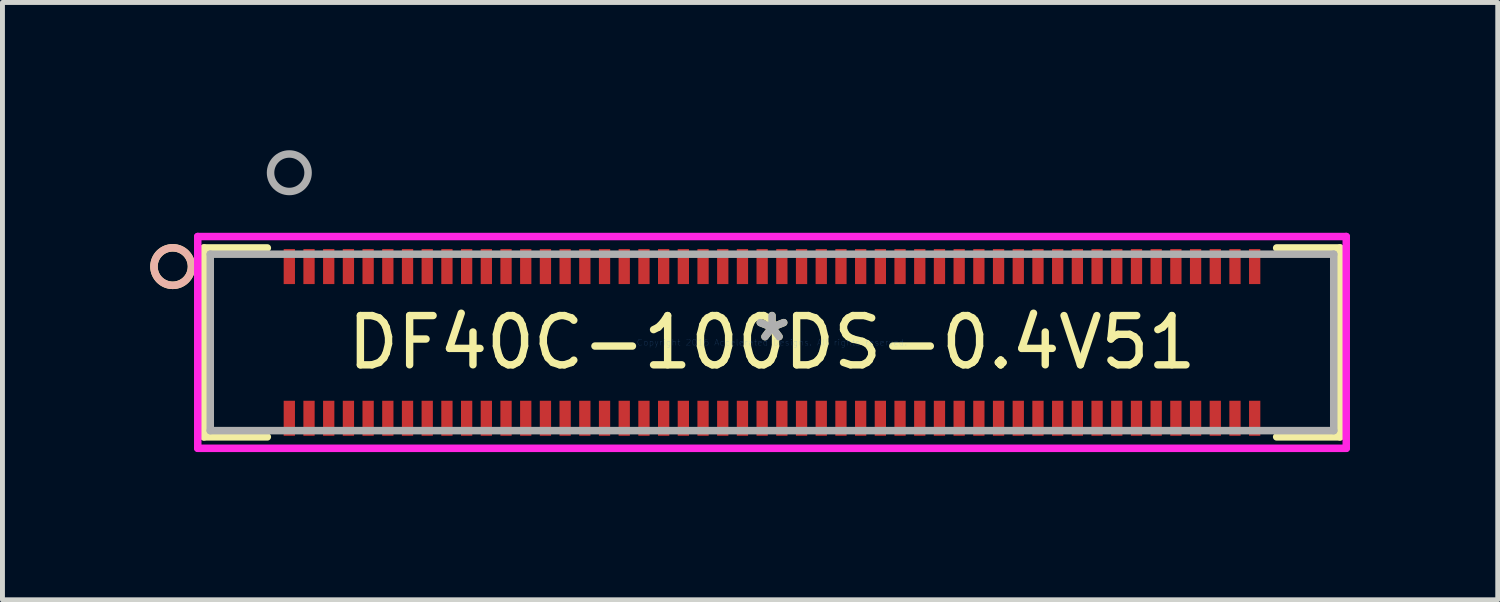
<source format=kicad_pcb>
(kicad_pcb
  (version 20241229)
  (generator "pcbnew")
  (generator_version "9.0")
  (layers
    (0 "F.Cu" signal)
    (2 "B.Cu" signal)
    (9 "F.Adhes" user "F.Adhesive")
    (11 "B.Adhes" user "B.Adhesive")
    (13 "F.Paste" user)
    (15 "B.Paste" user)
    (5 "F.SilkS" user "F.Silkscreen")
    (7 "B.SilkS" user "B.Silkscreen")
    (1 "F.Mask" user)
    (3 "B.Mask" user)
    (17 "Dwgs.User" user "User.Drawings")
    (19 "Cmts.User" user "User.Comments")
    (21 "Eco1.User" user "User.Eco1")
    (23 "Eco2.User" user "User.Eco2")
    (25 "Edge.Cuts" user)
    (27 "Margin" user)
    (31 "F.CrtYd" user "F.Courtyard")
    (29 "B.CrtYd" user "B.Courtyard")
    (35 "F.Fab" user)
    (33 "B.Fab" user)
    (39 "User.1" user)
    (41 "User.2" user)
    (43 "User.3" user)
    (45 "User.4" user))
  (footprint "DF40C-100DS-0.4V51"
    (layer "F.Cu")
    (at 12.624 3.902)
    (property "Reference" "DF40C-100DS-0.4V51" (at 0 0 0) (layer "F.SilkS") (effects (font (size 1 1) (thickness 0.15))))
    (attr through_hole)
    (fp_line (start -11.532 -1.918) (end -11.532 1.918) (stroke (width 0.152) (type solid)) (layer "F.SilkS"))
    (fp_line (start -11.532 1.918) (end -10.246 1.918) (stroke (width 0.152) (type solid)) (layer "F.SilkS"))
    (fp_line (start -10.246 -1.918) (end -11.532 -1.918) (stroke (width 0.152) (type solid)) (layer "F.SilkS"))
    (fp_line (start 10.246 1.918) (end 11.532 1.918) (stroke (width 0.152) (type solid)) (layer "F.SilkS"))
    (fp_line (start 11.532 -1.918) (end 10.246 -1.918) (stroke (width 0.152) (type solid)) (layer "F.SilkS"))
    (fp_line (start 11.532 1.918) (end 11.532 -1.918) (stroke (width 0.152) (type solid)) (layer "F.SilkS"))
    (fp_circle (center -12.167 -1.54) (end -11.786 -1.54) (stroke (width 0.152) (type solid)) (fill no) (layer "F.SilkS"))
    (fp_circle (center -12.167 -1.54) (end -11.786 -1.54) (stroke (width 0.152) (type solid)) (fill no) (layer "B.SilkS"))
    (fp_line (start -11.659 -2.15) (end -11.659 2.15) (stroke (width 0.152) (type solid)) (layer "F.CrtYd"))
    (fp_line (start -11.659 2.15) (end 11.659 2.15) (stroke (width 0.152) (type solid)) (layer "F.CrtYd"))
    (fp_line (start 11.659 -2.15) (end -11.659 -2.15) (stroke (width 0.152) (type solid)) (layer "F.CrtYd"))
    (fp_line (start 11.659 2.15) (end 11.659 -2.15) (stroke (width 0.152) (type solid)) (layer "F.CrtYd"))
    (fp_line (start -11.405 -1.791) (end -11.405 1.791) (stroke (width 0.152) (type solid)) (layer "F.Fab"))
    (fp_line (start -11.405 1.791) (end 11.405 1.791) (stroke (width 0.152) (type solid)) (layer "F.Fab"))
    (fp_line (start 11.405 -1.791) (end -11.405 -1.791) (stroke (width 0.152) (type solid)) (layer "F.Fab"))
    (fp_line (start 11.405 1.791) (end 11.405 -1.791) (stroke (width 0.152) (type solid)) (layer "F.Fab"))
    (fp_circle (center -9.8 -3.445) (end -9.419 -3.445) (stroke (width 0.152) (type solid)) (fill no) (layer "F.Fab"))
    (fp_text user "*" (at 0 0 0) (layer "F.SilkS") (effects (font (size 1 1) (thickness 0.15))))
    (fp_text user "Copyright 2016 Accelerated Designs. All rights reserved." (at 0 0 0) (layer "Cmts.User") (effects (font (size 0.127 0.127) (thickness 0.002))))
    (fp_text user "*" (at 0 0 0) (layer "F.Fab") (effects (font (size 1 1) (thickness 0.15))))
    (pad "1" smd rect (at -9.8 -1.54) (size 0.229 0.711) (layers "F.Cu" "F.Mask" "F.Paste"))
    (pad "2" smd rect (at -9.8 1.54) (size 0.229 0.711) (layers "F.Cu" "F.Mask" "F.Paste"))
    (pad "3" smd rect (at -9.4 -1.54) (size 0.229 0.711) (layers "F.Cu" "F.Mask" "F.Paste"))
    (pad "4" smd rect (at -9.4 1.54) (size 0.229 0.711) (layers "F.Cu" "F.Mask" "F.Paste"))
    (pad "5" smd rect (at -9 -1.54) (size 0.229 0.711) (layers "F.Cu" "F.Mask" "F.Paste"))
    (pad "6" smd rect (at -9 1.54) (size 0.229 0.711) (layers "F.Cu" "F.Mask" "F.Paste"))
    (pad "7" smd rect (at -8.6 -1.54) (size 0.229 0.711) (layers "F.Cu" "F.Mask" "F.Paste"))
    (pad "8" smd rect (at -8.6 1.54) (size 0.229 0.711) (layers "F.Cu" "F.Mask" "F.Paste"))
    (pad "9" smd rect (at -8.2 -1.54) (size 0.229 0.711) (layers "F.Cu" "F.Mask" "F.Paste"))
    (pad "10" smd rect (at -8.2 1.54) (size 0.229 0.711) (layers "F.Cu" "F.Mask" "F.Paste"))
    (pad "11" smd rect (at -7.8 -1.54) (size 0.229 0.711) (layers "F.Cu" "F.Mask" "F.Paste"))
    (pad "12" smd rect (at -7.8 1.54) (size 0.229 0.711) (layers "F.Cu" "F.Mask" "F.Paste"))
    (pad "13" smd rect (at -7.4 -1.54) (size 0.229 0.711) (layers "F.Cu" "F.Mask" "F.Paste"))
    (pad "14" smd rect (at -7.4 1.54) (size 0.229 0.711) (layers "F.Cu" "F.Mask" "F.Paste"))
    (pad "15" smd rect (at -7 -1.54) (size 0.229 0.711) (layers "F.Cu" "F.Mask" "F.Paste"))
    (pad "16" smd rect (at -7 1.54) (size 0.229 0.711) (layers "F.Cu" "F.Mask" "F.Paste"))
    (pad "17" smd rect (at -6.6 -1.54) (size 0.229 0.711) (layers "F.Cu" "F.Mask" "F.Paste"))
    (pad "18" smd rect (at -6.6 1.54) (size 0.229 0.711) (layers "F.Cu" "F.Mask" "F.Paste"))
    (pad "19" smd rect (at -6.2 -1.54) (size 0.229 0.711) (layers "F.Cu" "F.Mask" "F.Paste"))
    (pad "20" smd rect (at -6.2 1.54) (size 0.229 0.711) (layers "F.Cu" "F.Mask" "F.Paste"))
    (pad "21" smd rect (at -5.8 -1.54) (size 0.229 0.711) (layers "F.Cu" "F.Mask" "F.Paste"))
    (pad "22" smd rect (at -5.8 1.54) (size 0.229 0.711) (layers "F.Cu" "F.Mask" "F.Paste"))
    (pad "23" smd rect (at -5.4 -1.54) (size 0.229 0.711) (layers "F.Cu" "F.Mask" "F.Paste"))
    (pad "24" smd rect (at -5.4 1.54) (size 0.229 0.711) (layers "F.Cu" "F.Mask" "F.Paste"))
    (pad "25" smd rect (at -5 -1.54) (size 0.229 0.711) (layers "F.Cu" "F.Mask" "F.Paste"))
    (pad "26" smd rect (at -5 1.54) (size 0.229 0.711) (layers "F.Cu" "F.Mask" "F.Paste"))
    (pad "27" smd rect (at -4.6 -1.54) (size 0.229 0.711) (layers "F.Cu" "F.Mask" "F.Paste"))
    (pad "28" smd rect (at -4.6 1.54) (size 0.229 0.711) (layers "F.Cu" "F.Mask" "F.Paste"))
    (pad "29" smd rect (at -4.2 -1.54) (size 0.229 0.711) (layers "F.Cu" "F.Mask" "F.Paste"))
    (pad "30" smd rect (at -4.2 1.54) (size 0.229 0.711) (layers "F.Cu" "F.Mask" "F.Paste"))
    (pad "31" smd rect (at -3.8 -1.54) (size 0.229 0.711) (layers "F.Cu" "F.Mask" "F.Paste"))
    (pad "32" smd rect (at -3.8 1.54) (size 0.229 0.711) (layers "F.Cu" "F.Mask" "F.Paste"))
    (pad "33" smd rect (at -3.4 -1.54) (size 0.229 0.711) (layers "F.Cu" "F.Mask" "F.Paste"))
    (pad "34" smd rect (at -3.4 1.54) (size 0.229 0.711) (layers "F.Cu" "F.Mask" "F.Paste"))
    (pad "35" smd rect (at -3 -1.54) (size 0.229 0.711) (layers "F.Cu" "F.Mask" "F.Paste"))
    (pad "36" smd rect (at -3 1.54) (size 0.229 0.711) (layers "F.Cu" "F.Mask" "F.Paste"))
    (pad "37" smd rect (at -2.6 -1.54) (size 0.229 0.711) (layers "F.Cu" "F.Mask" "F.Paste"))
    (pad "38" smd rect (at -2.6 1.54) (size 0.229 0.711) (layers "F.Cu" "F.Mask" "F.Paste"))
    (pad "39" smd rect (at -2.2 -1.54) (size 0.229 0.711) (layers "F.Cu" "F.Mask" "F.Paste"))
    (pad "40" smd rect (at -2.2 1.54) (size 0.229 0.711) (layers "F.Cu" "F.Mask" "F.Paste"))
    (pad "41" smd rect (at -1.8 -1.54) (size 0.229 0.711) (layers "F.Cu" "F.Mask" "F.Paste"))
    (pad "42" smd rect (at -1.8 1.54) (size 0.229 0.711) (layers "F.Cu" "F.Mask" "F.Paste"))
    (pad "43" smd rect (at -1.4 -1.54) (size 0.229 0.711) (layers "F.Cu" "F.Mask" "F.Paste"))
    (pad "44" smd rect (at -1.4 1.54) (size 0.229 0.711) (layers "F.Cu" "F.Mask" "F.Paste"))
    (pad "45" smd rect (at -1 -1.54) (size 0.229 0.711) (layers "F.Cu" "F.Mask" "F.Paste"))
    (pad "46" smd rect (at -1 1.54) (size 0.229 0.711) (layers "F.Cu" "F.Mask" "F.Paste"))
    (pad "47" smd rect (at -0.6 -1.54) (size 0.229 0.711) (layers "F.Cu" "F.Mask" "F.Paste"))
    (pad "48" smd rect (at -0.6 1.54) (size 0.229 0.711) (layers "F.Cu" "F.Mask" "F.Paste"))
    (pad "49" smd rect (at -0.2 -1.54) (size 0.229 0.711) (layers "F.Cu" "F.Mask" "F.Paste"))
    (pad "50" smd rect (at -0.2 1.54) (size 0.229 0.711) (layers "F.Cu" "F.Mask" "F.Paste"))
    (pad "51" smd rect (at 0.2 -1.54) (size 0.229 0.711) (layers "F.Cu" "F.Mask" "F.Paste"))
    (pad "52" smd rect (at 0.2 1.54) (size 0.229 0.711) (layers "F.Cu" "F.Mask" "F.Paste"))
    (pad "53" smd rect (at 0.6 -1.54) (size 0.229 0.711) (layers "F.Cu" "F.Mask" "F.Paste"))
    (pad "54" smd rect (at 0.6 1.54) (size 0.229 0.711) (layers "F.Cu" "F.Mask" "F.Paste"))
    (pad "55" smd rect (at 1 -1.54) (size 0.229 0.711) (layers "F.Cu" "F.Mask" "F.Paste"))
    (pad "56" smd rect (at 1 1.54) (size 0.229 0.711) (layers "F.Cu" "F.Mask" "F.Paste"))
    (pad "57" smd rect (at 1.4 -1.54) (size 0.229 0.711) (layers "F.Cu" "F.Mask" "F.Paste"))
    (pad "58" smd rect (at 1.4 1.54) (size 0.229 0.711) (layers "F.Cu" "F.Mask" "F.Paste"))
    (pad "59" smd rect (at 1.8 -1.54) (size 0.229 0.711) (layers "F.Cu" "F.Mask" "F.Paste"))
    (pad "60" smd rect (at 1.8 1.54) (size 0.229 0.711) (layers "F.Cu" "F.Mask" "F.Paste"))
    (pad "61" smd rect (at 2.2 -1.54) (size 0.229 0.711) (layers "F.Cu" "F.Mask" "F.Paste"))
    (pad "62" smd rect (at 2.2 1.54) (size 0.229 0.711) (layers "F.Cu" "F.Mask" "F.Paste"))
    (pad "63" smd rect (at 2.6 -1.54) (size 0.229 0.711) (layers "F.Cu" "F.Mask" "F.Paste"))
    (pad "64" smd rect (at 2.6 1.54) (size 0.229 0.711) (layers "F.Cu" "F.Mask" "F.Paste"))
    (pad "65" smd rect (at 3 -1.54) (size 0.229 0.711) (layers "F.Cu" "F.Mask" "F.Paste"))
    (pad "66" smd rect (at 3 1.54) (size 0.229 0.711) (layers "F.Cu" "F.Mask" "F.Paste"))
    (pad "67" smd rect (at 3.4 -1.54) (size 0.229 0.711) (layers "F.Cu" "F.Mask" "F.Paste"))
    (pad "68" smd rect (at 3.4 1.54) (size 0.229 0.711) (layers "F.Cu" "F.Mask" "F.Paste"))
    (pad "69" smd rect (at 3.8 -1.54) (size 0.229 0.711) (layers "F.Cu" "F.Mask" "F.Paste"))
    (pad "70" smd rect (at 3.8 1.54) (size 0.229 0.711) (layers "F.Cu" "F.Mask" "F.Paste"))
    (pad "71" smd rect (at 4.2 -1.54) (size 0.229 0.711) (layers "F.Cu" "F.Mask" "F.Paste"))
    (pad "72" smd rect (at 4.2 1.54) (size 0.229 0.711) (layers "F.Cu" "F.Mask" "F.Paste"))
    (pad "73" smd rect (at 4.6 -1.54) (size 0.229 0.711) (layers "F.Cu" "F.Mask" "F.Paste"))
    (pad "74" smd rect (at 4.6 1.54) (size 0.229 0.711) (layers "F.Cu" "F.Mask" "F.Paste"))
    (pad "75" smd rect (at 5 -1.54) (size 0.229 0.711) (layers "F.Cu" "F.Mask" "F.Paste"))
    (pad "76" smd rect (at 5 1.54) (size 0.229 0.711) (layers "F.Cu" "F.Mask" "F.Paste"))
    (pad "77" smd rect (at 5.4 -1.54) (size 0.229 0.711) (layers "F.Cu" "F.Mask" "F.Paste"))
    (pad "78" smd rect (at 5.4 1.54) (size 0.229 0.711) (layers "F.Cu" "F.Mask" "F.Paste"))
    (pad "79" smd rect (at 5.8 -1.54) (size 0.229 0.711) (layers "F.Cu" "F.Mask" "F.Paste"))
    (pad "80" smd rect (at 5.8 1.54) (size 0.229 0.711) (layers "F.Cu" "F.Mask" "F.Paste"))
    (pad "81" smd rect (at 6.2 -1.54) (size 0.229 0.711) (layers "F.Cu" "F.Mask" "F.Paste"))
    (pad "82" smd rect (at 6.2 1.54) (size 0.229 0.711) (layers "F.Cu" "F.Mask" "F.Paste"))
    (pad "83" smd rect (at 6.6 -1.54) (size 0.229 0.711) (layers "F.Cu" "F.Mask" "F.Paste"))
    (pad "84" smd rect (at 6.6 1.54) (size 0.229 0.711) (layers "F.Cu" "F.Mask" "F.Paste"))
    (pad "85" smd rect (at 7 -1.54) (size 0.229 0.711) (layers "F.Cu" "F.Mask" "F.Paste"))
    (pad "86" smd rect (at 7 1.54) (size 0.229 0.711) (layers "F.Cu" "F.Mask" "F.Paste"))
    (pad "87" smd rect (at 7.4 -1.54) (size 0.229 0.711) (layers "F.Cu" "F.Mask" "F.Paste"))
    (pad "88" smd rect (at 7.4 1.54) (size 0.229 0.711) (layers "F.Cu" "F.Mask" "F.Paste"))
    (pad "89" smd rect (at 7.8 -1.54) (size 0.229 0.711) (layers "F.Cu" "F.Mask" "F.Paste"))
    (pad "90" smd rect (at 7.8 1.54) (size 0.229 0.711) (layers "F.Cu" "F.Mask" "F.Paste"))
    (pad "91" smd rect (at 8.2 -1.54) (size 0.229 0.711) (layers "F.Cu" "F.Mask" "F.Paste"))
    (pad "92" smd rect (at 8.2 1.54) (size 0.229 0.711) (layers "F.Cu" "F.Mask" "F.Paste"))
    (pad "93" smd rect (at 8.6 -1.54) (size 0.229 0.711) (layers "F.Cu" "F.Mask" "F.Paste"))
    (pad "94" smd rect (at 8.6 1.54) (size 0.229 0.711) (layers "F.Cu" "F.Mask" "F.Paste"))
    (pad "95" smd rect (at 9 -1.54) (size 0.229 0.711) (layers "F.Cu" "F.Mask" "F.Paste"))
    (pad "96" smd rect (at 9 1.54) (size 0.229 0.711) (layers "F.Cu" "F.Mask" "F.Paste"))
    (pad "97" smd rect (at 9.4 -1.54) (size 0.229 0.711) (layers "F.Cu" "F.Mask" "F.Paste"))
    (pad "98" smd rect (at 9.4 1.54) (size 0.229 0.711) (layers "F.Cu" "F.Mask" "F.Paste"))
    (pad "99" smd rect (at 9.8 -1.54) (size 0.229 0.711) (layers "F.Cu" "F.Mask" "F.Paste"))
    (pad "100" smd rect (at 9.8 1.54) (size 0.229 0.711) (layers "F.Cu" "F.Mask" "F.Paste")))
  (gr_rect
    (start -3 -3)
    (end 27.359 9.128)
    (stroke (width 0.1) (type default))
    (fill no)
    (layer "Edge.Cuts")))
</source>
